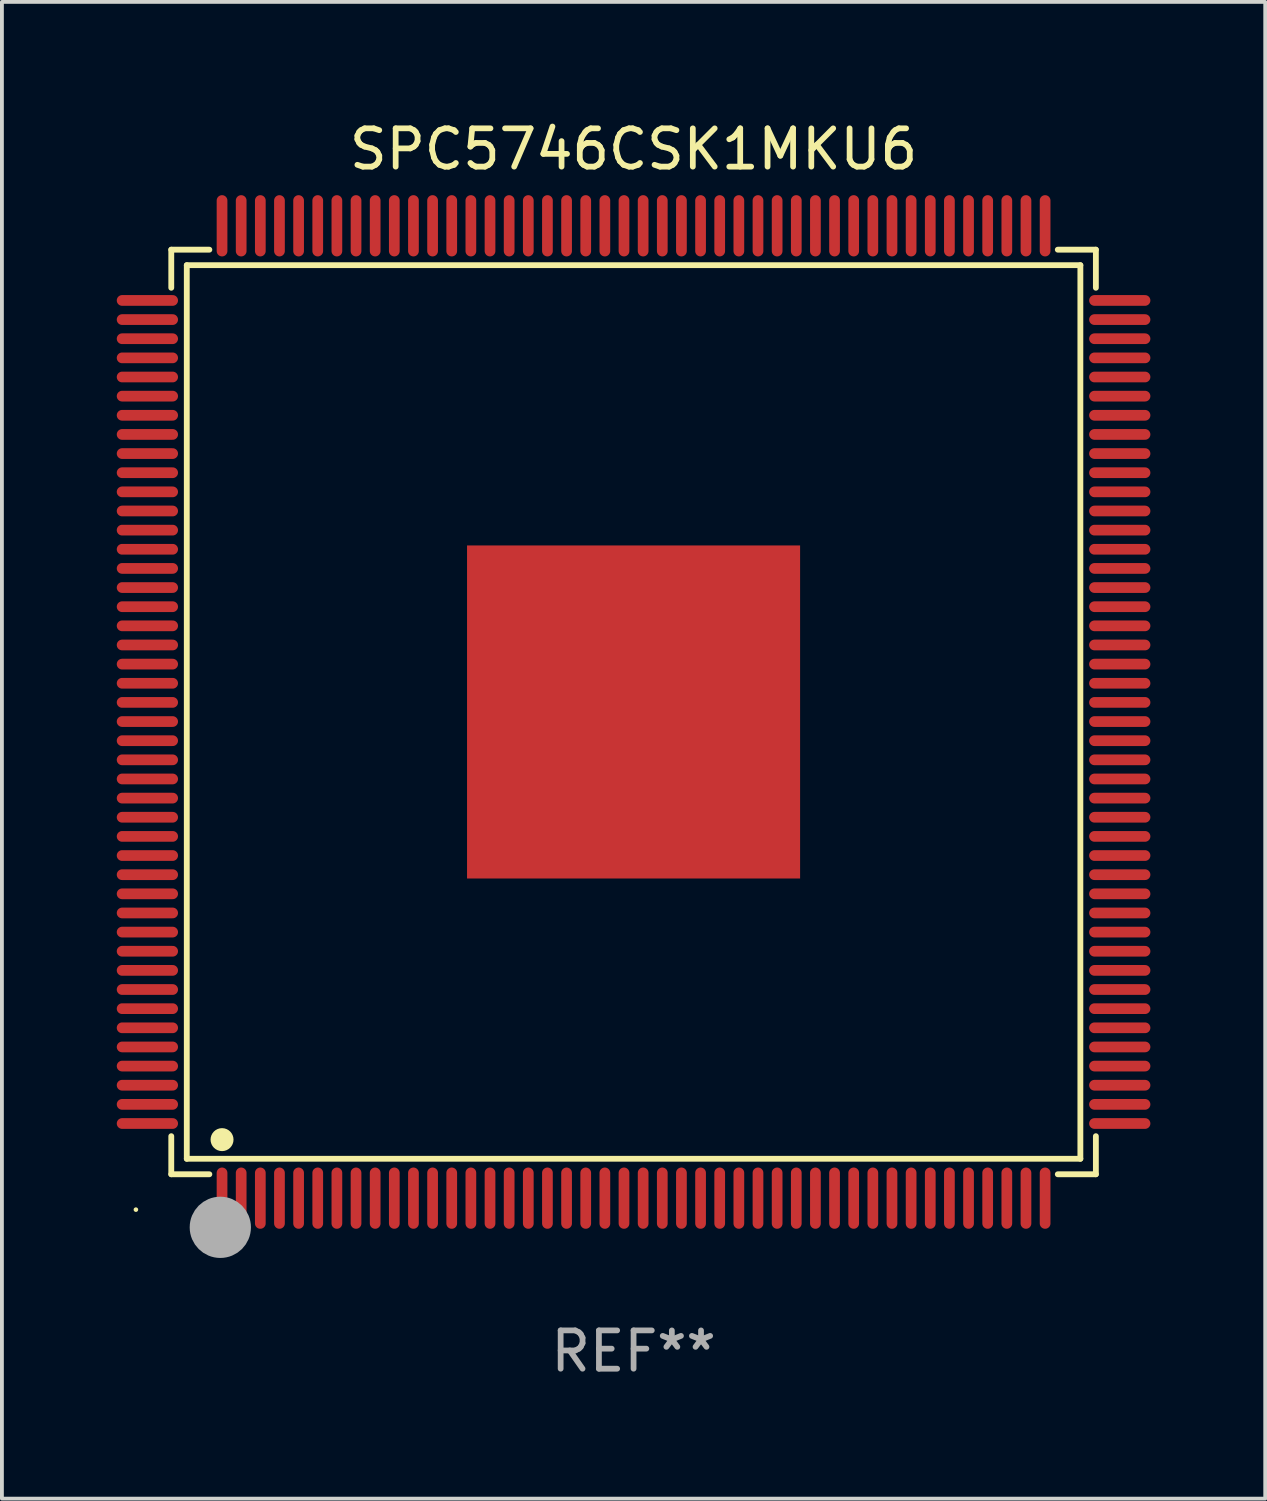
<source format=kicad_pcb>
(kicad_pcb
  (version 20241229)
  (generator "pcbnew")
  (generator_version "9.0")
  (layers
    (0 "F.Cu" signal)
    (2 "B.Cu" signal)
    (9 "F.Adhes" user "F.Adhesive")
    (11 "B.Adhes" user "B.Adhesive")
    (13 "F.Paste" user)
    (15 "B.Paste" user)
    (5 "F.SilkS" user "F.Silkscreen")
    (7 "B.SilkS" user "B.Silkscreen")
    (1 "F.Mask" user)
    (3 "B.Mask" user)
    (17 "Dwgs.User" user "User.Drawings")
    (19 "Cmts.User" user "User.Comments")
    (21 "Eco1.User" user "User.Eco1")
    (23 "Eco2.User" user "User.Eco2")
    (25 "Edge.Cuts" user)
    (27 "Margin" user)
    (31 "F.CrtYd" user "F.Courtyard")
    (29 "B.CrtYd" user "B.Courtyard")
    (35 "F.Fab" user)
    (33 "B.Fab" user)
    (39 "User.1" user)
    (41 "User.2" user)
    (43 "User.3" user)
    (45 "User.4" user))
  (footprint "SPC5746CSK1MKU6"
    (layer "F.Cu")
    (at 13.5 15.548)
    (property "Reference" "SPC5746CSK1MKU6" (at 0 -14.7 0) (layer "F.SilkS") (effects (font (size 1 1) (thickness 0.15))))
    (attr through_hole)
    (fp_line (start -12.076 -12.076) (end -11.081 -12.076) (stroke (width 0.152) (type solid)) (layer "F.SilkS"))
    (fp_line (start -12.076 -11.081) (end -12.076 -12.076) (stroke (width 0.152) (type solid)) (layer "F.SilkS"))
    (fp_line (start -12.076 11.081) (end -12.076 12.076) (stroke (width 0.152) (type solid)) (layer "F.SilkS"))
    (fp_line (start -12.076 12.076) (end -11.081 12.076) (stroke (width 0.152) (type solid)) (layer "F.SilkS"))
    (fp_line (start -11.671 -11.671) (end 11.671 -11.671) (stroke (width 0.152) (type solid)) (layer "F.SilkS"))
    (fp_line (start -11.671 11.671) (end -11.671 -11.671) (stroke (width 0.152) (type solid)) (layer "F.SilkS"))
    (fp_line (start 11.671 -11.671) (end 11.671 11.671) (stroke (width 0.152) (type solid)) (layer "F.SilkS"))
    (fp_line (start 11.671 11.671) (end -11.671 11.671) (stroke (width 0.152) (type solid)) (layer "F.SilkS"))
    (fp_line (start 12.076 -12.076) (end 11.081 -12.076) (stroke (width 0.152) (type solid)) (layer "F.SilkS"))
    (fp_line (start 12.076 -11.081) (end 12.076 -12.076) (stroke (width 0.152) (type solid)) (layer "F.SilkS"))
    (fp_line (start 12.076 11.081) (end 12.076 12.076) (stroke (width 0.152) (type solid)) (layer "F.SilkS"))
    (fp_line (start 12.076 12.076) (end 11.081 12.076) (stroke (width 0.152) (type solid)) (layer "F.SilkS"))
    (fp_circle (center -13 13) (end -12.97 13) (stroke (width 0.06) (type solid)) (fill no) (layer "F.SilkS"))
    (fp_circle (center -10.75 11.171) (end -10.6 11.171) (stroke (width 0.3) (type solid)) (fill no) (layer "F.SilkS"))
    (fp_circle (center -10.75 13.8) (end -10.65 13.8) (stroke (width 0.2) (type solid)) (fill no) (layer "F.SilkS"))
    (fp_circle (center -10.795 13.462) (end -10.395 13.462) (stroke (width 0.8) (type solid)) (fill no) (layer "F.Fab"))
    (fp_text user "REF**" (at 0 16.7 0) (layer "F.Fab") (effects (font (size 1 1) (thickness 0.15))))
    (pad "1" smd oval (at -10.75 12.7) (size 0.28 1.6) (layers "F.Cu" "F.Mask" "F.Paste"))
    (pad "2" smd oval (at -10.25 12.7) (size 0.28 1.6) (layers "F.Cu" "F.Mask" "F.Paste"))
    (pad "3" smd oval (at -9.75 12.7) (size 0.28 1.6) (layers "F.Cu" "F.Mask" "F.Paste"))
    (pad "4" smd oval (at -9.25 12.7) (size 0.28 1.6) (layers "F.Cu" "F.Mask" "F.Paste"))
    (pad "5" smd oval (at -8.75 12.7) (size 0.28 1.6) (layers "F.Cu" "F.Mask" "F.Paste"))
    (pad "6" smd oval (at -8.25 12.7) (size 0.28 1.6) (layers "F.Cu" "F.Mask" "F.Paste"))
    (pad "7" smd oval (at -7.75 12.7) (size 0.28 1.6) (layers "F.Cu" "F.Mask" "F.Paste"))
    (pad "8" smd oval (at -7.25 12.7) (size 0.28 1.6) (layers "F.Cu" "F.Mask" "F.Paste"))
    (pad "9" smd oval (at -6.75 12.7) (size 0.28 1.6) (layers "F.Cu" "F.Mask" "F.Paste"))
    (pad "10" smd oval (at -6.25 12.7) (size 0.28 1.6) (layers "F.Cu" "F.Mask" "F.Paste"))
    (pad "11" smd oval (at -5.75 12.7) (size 0.28 1.6) (layers "F.Cu" "F.Mask" "F.Paste"))
    (pad "12" smd oval (at -5.25 12.7) (size 0.28 1.6) (layers "F.Cu" "F.Mask" "F.Paste"))
    (pad "13" smd oval (at -4.75 12.7) (size 0.28 1.6) (layers "F.Cu" "F.Mask" "F.Paste"))
    (pad "14" smd oval (at -4.25 12.7) (size 0.28 1.6) (layers "F.Cu" "F.Mask" "F.Paste"))
    (pad "15" smd oval (at -3.75 12.7) (size 0.28 1.6) (layers "F.Cu" "F.Mask" "F.Paste"))
    (pad "16" smd oval (at -3.25 12.7) (size 0.28 1.6) (layers "F.Cu" "F.Mask" "F.Paste"))
    (pad "17" smd oval (at -2.75 12.7) (size 0.28 1.6) (layers "F.Cu" "F.Mask" "F.Paste"))
    (pad "18" smd oval (at -2.25 12.7) (size 0.28 1.6) (layers "F.Cu" "F.Mask" "F.Paste"))
    (pad "19" smd oval (at -1.75 12.7) (size 0.28 1.6) (layers "F.Cu" "F.Mask" "F.Paste"))
    (pad "20" smd oval (at -1.25 12.7) (size 0.28 1.6) (layers "F.Cu" "F.Mask" "F.Paste"))
    (pad "21" smd oval (at -0.75 12.7) (size 0.28 1.6) (layers "F.Cu" "F.Mask" "F.Paste"))
    (pad "22" smd oval (at -0.25 12.7) (size 0.28 1.6) (layers "F.Cu" "F.Mask" "F.Paste"))
    (pad "23" smd oval (at 0.25 12.7) (size 0.28 1.6) (layers "F.Cu" "F.Mask" "F.Paste"))
    (pad "24" smd oval (at 0.75 12.7) (size 0.28 1.6) (layers "F.Cu" "F.Mask" "F.Paste"))
    (pad "25" smd oval (at 1.25 12.7) (size 0.28 1.6) (layers "F.Cu" "F.Mask" "F.Paste"))
    (pad "26" smd oval (at 1.75 12.7) (size 0.28 1.6) (layers "F.Cu" "F.Mask" "F.Paste"))
    (pad "27" smd oval (at 2.25 12.7) (size 0.28 1.6) (layers "F.Cu" "F.Mask" "F.Paste"))
    (pad "28" smd oval (at 2.75 12.7) (size 0.28 1.6) (layers "F.Cu" "F.Mask" "F.Paste"))
    (pad "29" smd oval (at 3.25 12.7) (size 0.28 1.6) (layers "F.Cu" "F.Mask" "F.Paste"))
    (pad "30" smd oval (at 3.75 12.7) (size 0.28 1.6) (layers "F.Cu" "F.Mask" "F.Paste"))
    (pad "31" smd oval (at 4.25 12.7) (size 0.28 1.6) (layers "F.Cu" "F.Mask" "F.Paste"))
    (pad "32" smd oval (at 4.75 12.7) (size 0.28 1.6) (layers "F.Cu" "F.Mask" "F.Paste"))
    (pad "33" smd oval (at 5.25 12.7) (size 0.28 1.6) (layers "F.Cu" "F.Mask" "F.Paste"))
    (pad "34" smd oval (at 5.75 12.7) (size 0.28 1.6) (layers "F.Cu" "F.Mask" "F.Paste"))
    (pad "35" smd oval (at 6.25 12.7) (size 0.28 1.6) (layers "F.Cu" "F.Mask" "F.Paste"))
    (pad "36" smd oval (at 6.75 12.7) (size 0.28 1.6) (layers "F.Cu" "F.Mask" "F.Paste"))
    (pad "37" smd oval (at 7.25 12.7) (size 0.28 1.6) (layers "F.Cu" "F.Mask" "F.Paste"))
    (pad "38" smd oval (at 7.75 12.7) (size 0.28 1.6) (layers "F.Cu" "F.Mask" "F.Paste"))
    (pad "39" smd oval (at 8.25 12.7) (size 0.28 1.6) (layers "F.Cu" "F.Mask" "F.Paste"))
    (pad "40" smd oval (at 8.75 12.7) (size 0.28 1.6) (layers "F.Cu" "F.Mask" "F.Paste"))
    (pad "41" smd oval (at 9.25 12.7) (size 0.28 1.6) (layers "F.Cu" "F.Mask" "F.Paste"))
    (pad "42" smd oval (at 9.75 12.7) (size 0.28 1.6) (layers "F.Cu" "F.Mask" "F.Paste"))
    (pad "43" smd oval (at 10.25 12.7) (size 0.28 1.6) (layers "F.Cu" "F.Mask" "F.Paste"))
    (pad "44" smd oval (at 10.75 12.7) (size 0.28 1.6) (layers "F.Cu" "F.Mask" "F.Paste"))
    (pad "45" smd oval (at 12.7 10.75) (size 1.6 0.28) (layers "F.Cu" "F.Mask" "F.Paste"))
    (pad "46" smd oval (at 12.7 10.25) (size 1.6 0.28) (layers "F.Cu" "F.Mask" "F.Paste"))
    (pad "47" smd oval (at 12.7 9.75) (size 1.6 0.28) (layers "F.Cu" "F.Mask" "F.Paste"))
    (pad "48" smd oval (at 12.7 9.25) (size 1.6 0.28) (layers "F.Cu" "F.Mask" "F.Paste"))
    (pad "49" smd oval (at 12.7 8.75) (size 1.6 0.28) (layers "F.Cu" "F.Mask" "F.Paste"))
    (pad "50" smd oval (at 12.7 8.25) (size 1.6 0.28) (layers "F.Cu" "F.Mask" "F.Paste"))
    (pad "51" smd oval (at 12.7 7.75) (size 1.6 0.28) (layers "F.Cu" "F.Mask" "F.Paste"))
    (pad "52" smd oval (at 12.7 7.25) (size 1.6 0.28) (layers "F.Cu" "F.Mask" "F.Paste"))
    (pad "53" smd oval (at 12.7 6.75) (size 1.6 0.28) (layers "F.Cu" "F.Mask" "F.Paste"))
    (pad "54" smd oval (at 12.7 6.25) (size 1.6 0.28) (layers "F.Cu" "F.Mask" "F.Paste"))
    (pad "55" smd oval (at 12.7 5.75) (size 1.6 0.28) (layers "F.Cu" "F.Mask" "F.Paste"))
    (pad "56" smd oval (at 12.7 5.25) (size 1.6 0.28) (layers "F.Cu" "F.Mask" "F.Paste"))
    (pad "57" smd oval (at 12.7 4.75) (size 1.6 0.28) (layers "F.Cu" "F.Mask" "F.Paste"))
    (pad "58" smd oval (at 12.7 4.25) (size 1.6 0.28) (layers "F.Cu" "F.Mask" "F.Paste"))
    (pad "59" smd oval (at 12.7 3.75) (size 1.6 0.28) (layers "F.Cu" "F.Mask" "F.Paste"))
    (pad "60" smd oval (at 12.7 3.25) (size 1.6 0.28) (layers "F.Cu" "F.Mask" "F.Paste"))
    (pad "61" smd oval (at 12.7 2.75) (size 1.6 0.28) (layers "F.Cu" "F.Mask" "F.Paste"))
    (pad "62" smd oval (at 12.7 2.25) (size 1.6 0.28) (layers "F.Cu" "F.Mask" "F.Paste"))
    (pad "63" smd oval (at 12.7 1.75) (size 1.6 0.28) (layers "F.Cu" "F.Mask" "F.Paste"))
    (pad "64" smd oval (at 12.7 1.25) (size 1.6 0.28) (layers "F.Cu" "F.Mask" "F.Paste"))
    (pad "65" smd oval (at 12.7 0.75) (size 1.6 0.28) (layers "F.Cu" "F.Mask" "F.Paste"))
    (pad "66" smd oval (at 12.7 0.25) (size 1.6 0.28) (layers "F.Cu" "F.Mask" "F.Paste"))
    (pad "67" smd oval (at 12.7 -0.25) (size 1.6 0.28) (layers "F.Cu" "F.Mask" "F.Paste"))
    (pad "68" smd oval (at 12.7 -0.75) (size 1.6 0.28) (layers "F.Cu" "F.Mask" "F.Paste"))
    (pad "69" smd oval (at 12.7 -1.25) (size 1.6 0.28) (layers "F.Cu" "F.Mask" "F.Paste"))
    (pad "70" smd oval (at 12.7 -1.75) (size 1.6 0.28) (layers "F.Cu" "F.Mask" "F.Paste"))
    (pad "71" smd oval (at 12.7 -2.25) (size 1.6 0.28) (layers "F.Cu" "F.Mask" "F.Paste"))
    (pad "72" smd oval (at 12.7 -2.75) (size 1.6 0.28) (layers "F.Cu" "F.Mask" "F.Paste"))
    (pad "73" smd oval (at 12.7 -3.25) (size 1.6 0.28) (layers "F.Cu" "F.Mask" "F.Paste"))
    (pad "74" smd oval (at 12.7 -3.75) (size 1.6 0.28) (layers "F.Cu" "F.Mask" "F.Paste"))
    (pad "75" smd oval (at 12.7 -4.25) (size 1.6 0.28) (layers "F.Cu" "F.Mask" "F.Paste"))
    (pad "76" smd oval (at 12.7 -4.75) (size 1.6 0.28) (layers "F.Cu" "F.Mask" "F.Paste"))
    (pad "77" smd oval (at 12.7 -5.25) (size 1.6 0.28) (layers "F.Cu" "F.Mask" "F.Paste"))
    (pad "78" smd oval (at 12.7 -5.75) (size 1.6 0.28) (layers "F.Cu" "F.Mask" "F.Paste"))
    (pad "79" smd oval (at 12.7 -6.25) (size 1.6 0.28) (layers "F.Cu" "F.Mask" "F.Paste"))
    (pad "80" smd oval (at 12.7 -6.75) (size 1.6 0.28) (layers "F.Cu" "F.Mask" "F.Paste"))
    (pad "81" smd oval (at 12.7 -7.25) (size 1.6 0.28) (layers "F.Cu" "F.Mask" "F.Paste"))
    (pad "82" smd oval (at 12.7 -7.75) (size 1.6 0.28) (layers "F.Cu" "F.Mask" "F.Paste"))
    (pad "83" smd oval (at 12.7 -8.25) (size 1.6 0.28) (layers "F.Cu" "F.Mask" "F.Paste"))
    (pad "84" smd oval (at 12.7 -8.75) (size 1.6 0.28) (layers "F.Cu" "F.Mask" "F.Paste"))
    (pad "85" smd oval (at 12.7 -9.25) (size 1.6 0.28) (layers "F.Cu" "F.Mask" "F.Paste"))
    (pad "86" smd oval (at 12.7 -9.75) (size 1.6 0.28) (layers "F.Cu" "F.Mask" "F.Paste"))
    (pad "87" smd oval (at 12.7 -10.25) (size 1.6 0.28) (layers "F.Cu" "F.Mask" "F.Paste"))
    (pad "88" smd oval (at 12.7 -10.75) (size 1.6 0.28) (layers "F.Cu" "F.Mask" "F.Paste"))
    (pad "89" smd oval (at 10.75 -12.7) (size 0.28 1.6) (layers "F.Cu" "F.Mask" "F.Paste"))
    (pad "90" smd oval (at 10.25 -12.7) (size 0.28 1.6) (layers "F.Cu" "F.Mask" "F.Paste"))
    (pad "91" smd oval (at 9.75 -12.7) (size 0.28 1.6) (layers "F.Cu" "F.Mask" "F.Paste"))
    (pad "92" smd oval (at 9.25 -12.7) (size 0.28 1.6) (layers "F.Cu" "F.Mask" "F.Paste"))
    (pad "93" smd oval (at 8.75 -12.7) (size 0.28 1.6) (layers "F.Cu" "F.Mask" "F.Paste"))
    (pad "94" smd oval (at 8.25 -12.7) (size 0.28 1.6) (layers "F.Cu" "F.Mask" "F.Paste"))
    (pad "95" smd oval (at 7.75 -12.7) (size 0.28 1.6) (layers "F.Cu" "F.Mask" "F.Paste"))
    (pad "96" smd oval (at 7.25 -12.7) (size 0.28 1.6) (layers "F.Cu" "F.Mask" "F.Paste"))
    (pad "97" smd oval (at 6.75 -12.7) (size 0.28 1.6) (layers "F.Cu" "F.Mask" "F.Paste"))
    (pad "98" smd oval (at 6.25 -12.7) (size 0.28 1.6) (layers "F.Cu" "F.Mask" "F.Paste"))
    (pad "99" smd oval (at 5.75 -12.7) (size 0.28 1.6) (layers "F.Cu" "F.Mask" "F.Paste"))
    (pad "100" smd oval (at 5.25 -12.7) (size 0.28 1.6) (layers "F.Cu" "F.Mask" "F.Paste"))
    (pad "101" smd oval (at 4.75 -12.7) (size 0.28 1.6) (layers "F.Cu" "F.Mask" "F.Paste"))
    (pad "102" smd oval (at 4.25 -12.7) (size 0.28 1.6) (layers "F.Cu" "F.Mask" "F.Paste"))
    (pad "103" smd oval (at 3.75 -12.7) (size 0.28 1.6) (layers "F.Cu" "F.Mask" "F.Paste"))
    (pad "104" smd oval (at 3.25 -12.7) (size 0.28 1.6) (layers "F.Cu" "F.Mask" "F.Paste"))
    (pad "105" smd oval (at 2.75 -12.7) (size 0.28 1.6) (layers "F.Cu" "F.Mask" "F.Paste"))
    (pad "106" smd oval (at 2.25 -12.7) (size 0.28 1.6) (layers "F.Cu" "F.Mask" "F.Paste"))
    (pad "107" smd oval (at 1.75 -12.7) (size 0.28 1.6) (layers "F.Cu" "F.Mask" "F.Paste"))
    (pad "108" smd oval (at 1.25 -12.7) (size 0.28 1.6) (layers "F.Cu" "F.Mask" "F.Paste"))
    (pad "109" smd oval (at 0.75 -12.7) (size 0.28 1.6) (layers "F.Cu" "F.Mask" "F.Paste"))
    (pad "110" smd oval (at 0.25 -12.7) (size 0.28 1.6) (layers "F.Cu" "F.Mask" "F.Paste"))
    (pad "111" smd oval (at -0.25 -12.7) (size 0.28 1.6) (layers "F.Cu" "F.Mask" "F.Paste"))
    (pad "112" smd oval (at -0.75 -12.7) (size 0.28 1.6) (layers "F.Cu" "F.Mask" "F.Paste"))
    (pad "113" smd oval (at -1.25 -12.7) (size 0.28 1.6) (layers "F.Cu" "F.Mask" "F.Paste"))
    (pad "114" smd oval (at -1.75 -12.7) (size 0.28 1.6) (layers "F.Cu" "F.Mask" "F.Paste"))
    (pad "115" smd oval (at -2.25 -12.7) (size 0.28 1.6) (layers "F.Cu" "F.Mask" "F.Paste"))
    (pad "116" smd oval (at -2.75 -12.7) (size 0.28 1.6) (layers "F.Cu" "F.Mask" "F.Paste"))
    (pad "117" smd oval (at -3.25 -12.7) (size 0.28 1.6) (layers "F.Cu" "F.Mask" "F.Paste"))
    (pad "118" smd oval (at -3.75 -12.7) (size 0.28 1.6) (layers "F.Cu" "F.Mask" "F.Paste"))
    (pad "119" smd oval (at -4.25 -12.7) (size 0.28 1.6) (layers "F.Cu" "F.Mask" "F.Paste"))
    (pad "120" smd oval (at -4.75 -12.7) (size 0.28 1.6) (layers "F.Cu" "F.Mask" "F.Paste"))
    (pad "121" smd oval (at -5.25 -12.7) (size 0.28 1.6) (layers "F.Cu" "F.Mask" "F.Paste"))
    (pad "122" smd oval (at -5.75 -12.7) (size 0.28 1.6) (layers "F.Cu" "F.Mask" "F.Paste"))
    (pad "123" smd oval (at -6.25 -12.7) (size 0.28 1.6) (layers "F.Cu" "F.Mask" "F.Paste"))
    (pad "124" smd oval (at -6.75 -12.7) (size 0.28 1.6) (layers "F.Cu" "F.Mask" "F.Paste"))
    (pad "125" smd oval (at -7.25 -12.7) (size 0.28 1.6) (layers "F.Cu" "F.Mask" "F.Paste"))
    (pad "126" smd oval (at -7.75 -12.7) (size 0.28 1.6) (layers "F.Cu" "F.Mask" "F.Paste"))
    (pad "127" smd oval (at -8.25 -12.7) (size 0.28 1.6) (layers "F.Cu" "F.Mask" "F.Paste"))
    (pad "128" smd oval (at -8.75 -12.7) (size 0.28 1.6) (layers "F.Cu" "F.Mask" "F.Paste"))
    (pad "129" smd oval (at -9.25 -12.7) (size 0.28 1.6) (layers "F.Cu" "F.Mask" "F.Paste"))
    (pad "130" smd oval (at -9.75 -12.7) (size 0.28 1.6) (layers "F.Cu" "F.Mask" "F.Paste"))
    (pad "131" smd oval (at -10.25 -12.7) (size 0.28 1.6) (layers "F.Cu" "F.Mask" "F.Paste"))
    (pad "132" smd oval (at -10.75 -12.7) (size 0.28 1.6) (layers "F.Cu" "F.Mask" "F.Paste"))
    (pad "133" smd oval (at -12.7 -10.75) (size 1.6 0.28) (layers "F.Cu" "F.Mask" "F.Paste"))
    (pad "134" smd oval (at -12.7 -10.25) (size 1.6 0.28) (layers "F.Cu" "F.Mask" "F.Paste"))
    (pad "135" smd oval (at -12.7 -9.75) (size 1.6 0.28) (layers "F.Cu" "F.Mask" "F.Paste"))
    (pad "136" smd oval (at -12.7 -9.25) (size 1.6 0.28) (layers "F.Cu" "F.Mask" "F.Paste"))
    (pad "137" smd oval (at -12.7 -8.75) (size 1.6 0.28) (layers "F.Cu" "F.Mask" "F.Paste"))
    (pad "138" smd oval (at -12.7 -8.25) (size 1.6 0.28) (layers "F.Cu" "F.Mask" "F.Paste"))
    (pad "139" smd oval (at -12.7 -7.75) (size 1.6 0.28) (layers "F.Cu" "F.Mask" "F.Paste"))
    (pad "140" smd oval (at -12.7 -7.25) (size 1.6 0.28) (layers "F.Cu" "F.Mask" "F.Paste"))
    (pad "141" smd oval (at -12.7 -6.75) (size 1.6 0.28) (layers "F.Cu" "F.Mask" "F.Paste"))
    (pad "142" smd oval (at -12.7 -6.25) (size 1.6 0.28) (layers "F.Cu" "F.Mask" "F.Paste"))
    (pad "143" smd oval (at -12.7 -5.75) (size 1.6 0.28) (layers "F.Cu" "F.Mask" "F.Paste"))
    (pad "144" smd oval (at -12.7 -5.25) (size 1.6 0.28) (layers "F.Cu" "F.Mask" "F.Paste"))
    (pad "145" smd oval (at -12.7 -4.75) (size 1.6 0.28) (layers "F.Cu" "F.Mask" "F.Paste"))
    (pad "146" smd oval (at -12.7 -4.25) (size 1.6 0.28) (layers "F.Cu" "F.Mask" "F.Paste"))
    (pad "147" smd oval (at -12.7 -3.75) (size 1.6 0.28) (layers "F.Cu" "F.Mask" "F.Paste"))
    (pad "148" smd oval (at -12.7 -3.25) (size 1.6 0.28) (layers "F.Cu" "F.Mask" "F.Paste"))
    (pad "149" smd oval (at -12.7 -2.75) (size 1.6 0.28) (layers "F.Cu" "F.Mask" "F.Paste"))
    (pad "150" smd oval (at -12.7 -2.25) (size 1.6 0.28) (layers "F.Cu" "F.Mask" "F.Paste"))
    (pad "151" smd oval (at -12.7 -1.75) (size 1.6 0.28) (layers "F.Cu" "F.Mask" "F.Paste"))
    (pad "152" smd oval (at -12.7 -1.25) (size 1.6 0.28) (layers "F.Cu" "F.Mask" "F.Paste"))
    (pad "153" smd oval (at -12.7 -0.75) (size 1.6 0.28) (layers "F.Cu" "F.Mask" "F.Paste"))
    (pad "154" smd oval (at -12.7 -0.25) (size 1.6 0.28) (layers "F.Cu" "F.Mask" "F.Paste"))
    (pad "155" smd oval (at -12.7 0.25) (size 1.6 0.28) (layers "F.Cu" "F.Mask" "F.Paste"))
    (pad "156" smd oval (at -12.7 0.75) (size 1.6 0.28) (layers "F.Cu" "F.Mask" "F.Paste"))
    (pad "157" smd oval (at -12.7 1.25) (size 1.6 0.28) (layers "F.Cu" "F.Mask" "F.Paste"))
    (pad "158" smd oval (at -12.7 1.75) (size 1.6 0.28) (layers "F.Cu" "F.Mask" "F.Paste"))
    (pad "159" smd oval (at -12.7 2.25) (size 1.6 0.28) (layers "F.Cu" "F.Mask" "F.Paste"))
    (pad "160" smd oval (at -12.7 2.75) (size 1.6 0.28) (layers "F.Cu" "F.Mask" "F.Paste"))
    (pad "161" smd oval (at -12.7 3.25) (size 1.6 0.28) (layers "F.Cu" "F.Mask" "F.Paste"))
    (pad "162" smd oval (at -12.7 3.75) (size 1.6 0.28) (layers "F.Cu" "F.Mask" "F.Paste"))
    (pad "163" smd oval (at -12.7 4.25) (size 1.6 0.28) (layers "F.Cu" "F.Mask" "F.Paste"))
    (pad "164" smd oval (at -12.7 4.75) (size 1.6 0.28) (layers "F.Cu" "F.Mask" "F.Paste"))
    (pad "165" smd oval (at -12.7 5.25) (size 1.6 0.28) (layers "F.Cu" "F.Mask" "F.Paste"))
    (pad "166" smd oval (at -12.7 5.75) (size 1.6 0.28) (layers "F.Cu" "F.Mask" "F.Paste"))
    (pad "167" smd oval (at -12.7 6.25) (size 1.6 0.28) (layers "F.Cu" "F.Mask" "F.Paste"))
    (pad "168" smd oval (at -12.7 6.75) (size 1.6 0.28) (layers "F.Cu" "F.Mask" "F.Paste"))
    (pad "169" smd oval (at -12.7 7.25) (size 1.6 0.28) (layers "F.Cu" "F.Mask" "F.Paste"))
    (pad "170" smd oval (at -12.7 7.75) (size 1.6 0.28) (layers "F.Cu" "F.Mask" "F.Paste"))
    (pad "171" smd oval (at -12.7 8.25) (size 1.6 0.28) (layers "F.Cu" "F.Mask" "F.Paste"))
    (pad "172" smd oval (at -12.7 8.75) (size 1.6 0.28) (layers "F.Cu" "F.Mask" "F.Paste"))
    (pad "173" smd oval (at -12.7 9.25) (size 1.6 0.28) (layers "F.Cu" "F.Mask" "F.Paste"))
    (pad "174" smd oval (at -12.7 9.75) (size 1.6 0.28) (layers "F.Cu" "F.Mask" "F.Paste"))
    (pad "175" smd oval (at -12.7 10.25) (size 1.6 0.28) (layers "F.Cu" "F.Mask" "F.Paste"))
    (pad "176" smd oval (at -12.7 10.75) (size 1.6 0.28) (layers "F.Cu" "F.Mask" "F.Paste"))
    (pad "177" smd rect (at 0 0) (size 8.7 8.7) (layers "F.Cu" "F.Mask" "F.Paste")))
  (gr_rect
    (start -3 -3)
    (end 30 36.097)
    (stroke (width 0.1) (type default))
    (fill no)
    (layer "Edge.Cuts")))
</source>
